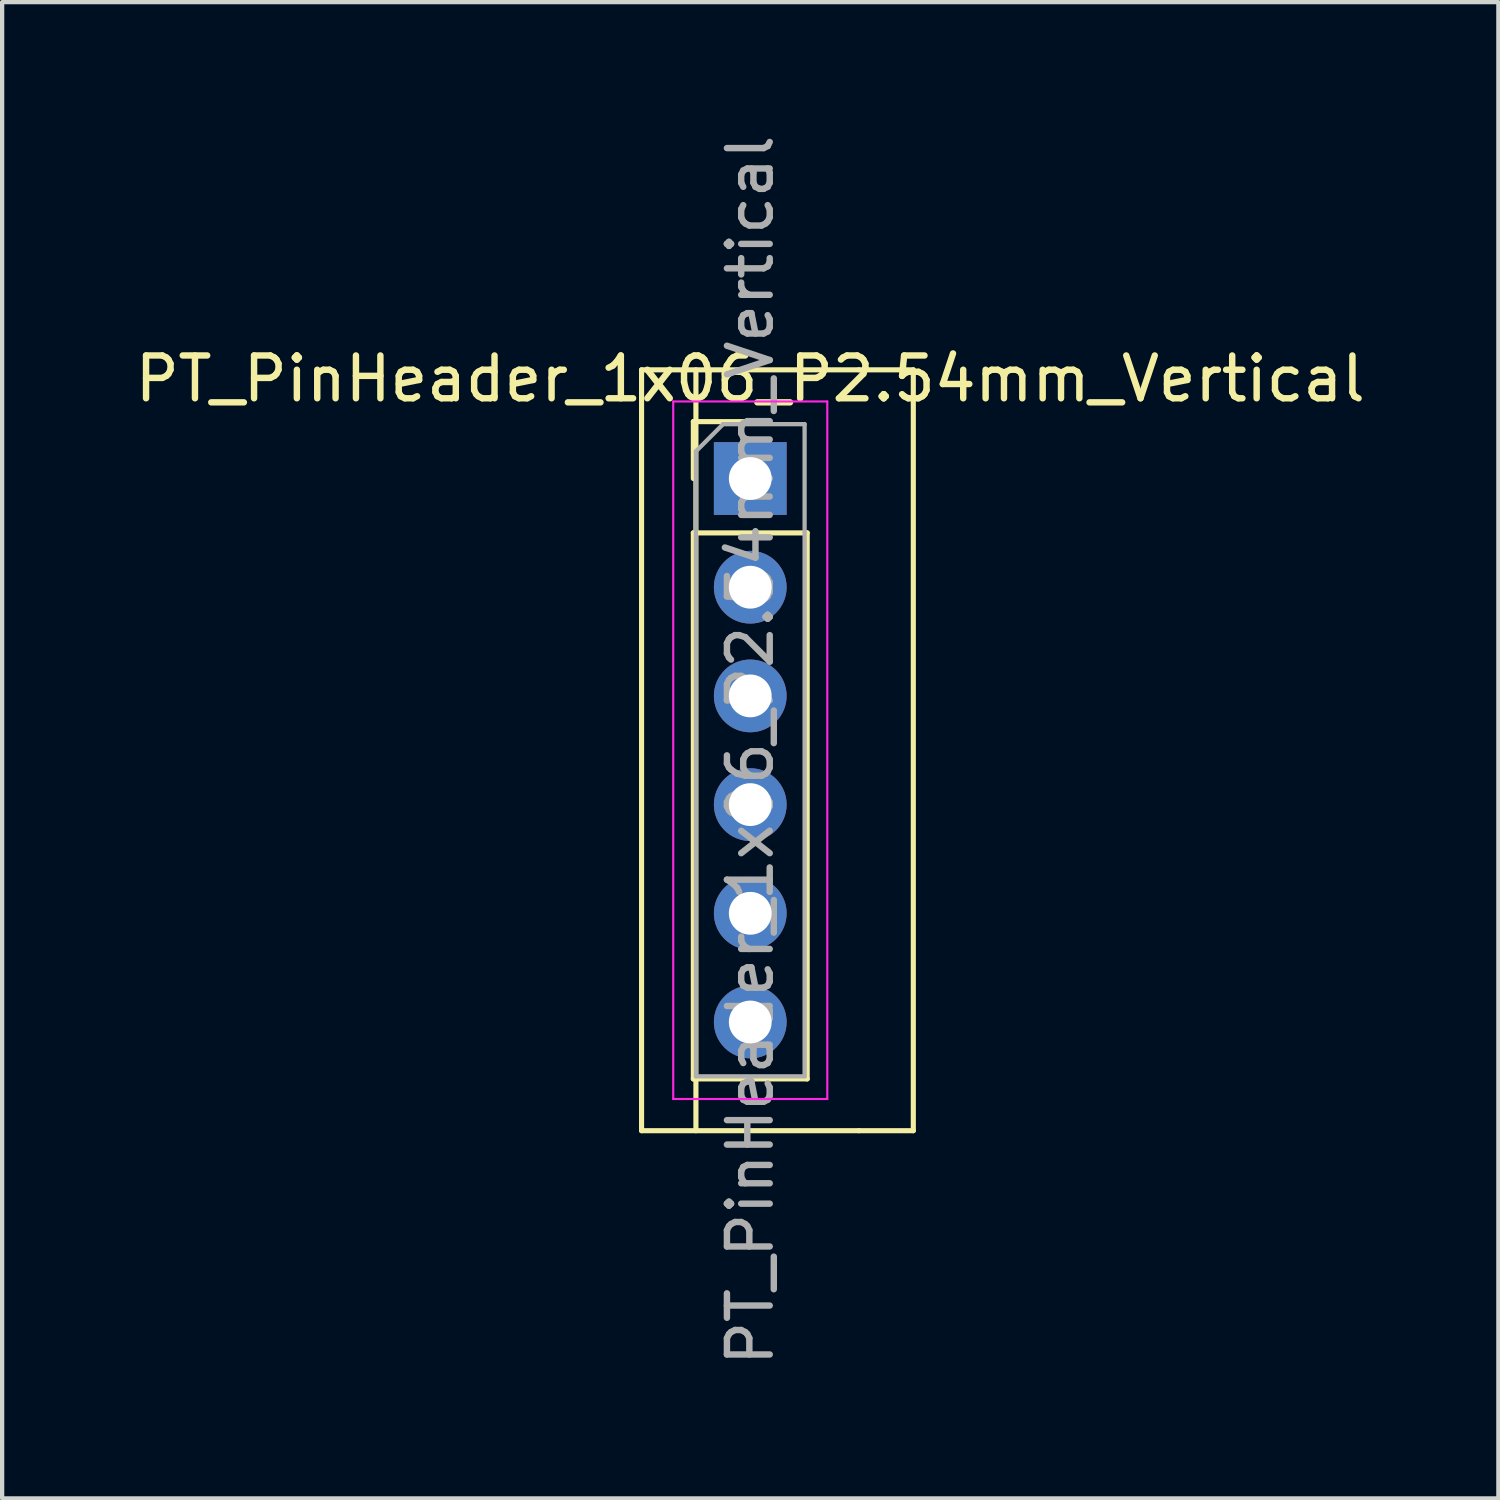
<source format=kicad_pcb>
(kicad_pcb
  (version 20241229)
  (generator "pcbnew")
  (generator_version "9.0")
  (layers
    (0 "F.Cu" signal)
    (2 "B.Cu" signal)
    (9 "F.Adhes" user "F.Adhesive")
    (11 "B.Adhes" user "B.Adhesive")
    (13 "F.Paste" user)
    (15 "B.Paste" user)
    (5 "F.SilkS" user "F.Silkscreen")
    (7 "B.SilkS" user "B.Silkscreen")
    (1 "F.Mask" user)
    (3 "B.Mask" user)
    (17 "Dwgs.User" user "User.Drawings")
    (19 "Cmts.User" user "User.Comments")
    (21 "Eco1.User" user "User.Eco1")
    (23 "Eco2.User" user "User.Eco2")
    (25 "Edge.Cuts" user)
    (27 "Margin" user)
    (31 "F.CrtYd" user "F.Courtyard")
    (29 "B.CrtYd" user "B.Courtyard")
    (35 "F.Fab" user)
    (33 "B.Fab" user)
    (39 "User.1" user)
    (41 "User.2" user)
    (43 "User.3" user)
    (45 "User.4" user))
  (footprint "PT_PinHeader_1x06_P2.54mm_Vertical"
    (layer "F.Cu")
    (at 14.482 8.132)
    (property "Reference" "PT_PinHeader_1x06_P2.54mm_Vertical" (at 0 -2.33 0) (layer "F.SilkS") (effects (font (size 1 1) (thickness 0.15))))
    (attr through_hole)
    (fp_line (start -2.54 -2.54) (end -2.54 15.24) (stroke (width 0.12) (type solid)) (layer "F.SilkS"))
    (fp_line (start -2.54 15.24) (end 2.54 15.24) (stroke (width 0.12) (type solid)) (layer "F.SilkS"))
    (fp_line (start -1.33 -1.33) (end 0 -1.33) (stroke (width 0.12) (type solid)) (layer "F.SilkS"))
    (fp_line (start -1.33 0) (end -1.33 -1.33) (stroke (width 0.12) (type solid)) (layer "F.SilkS"))
    (fp_line (start -1.33 1.27) (end -1.33 14.03) (stroke (width 0.12) (type solid)) (layer "F.SilkS"))
    (fp_line (start -1.33 1.27) (end 1.33 1.27) (stroke (width 0.12) (type solid)) (layer "F.SilkS"))
    (fp_line (start -1.33 14.03) (end 1.33 14.03) (stroke (width 0.12) (type solid)) (layer "F.SilkS"))
    (fp_line (start -1.27 -2.54) (end -1.27 15.24) (stroke (width 0.12) (type solid)) (layer "F.SilkS"))
    (fp_line (start 1.33 1.27) (end 1.33 14.03) (stroke (width 0.12) (type solid)) (layer "F.SilkS"))
    (fp_line (start 2.54 -2.54) (end -2.54 -2.54) (stroke (width 0.12) (type solid)) (layer "F.SilkS"))
    (fp_line (start 2.54 -2.54) (end 3.81 -2.54) (stroke (width 0.12) (type solid)) (layer "F.SilkS"))
    (fp_line (start 3.81 -2.54) (end 3.81 15.24) (stroke (width 0.12) (type solid)) (layer "F.SilkS"))
    (fp_line (start 3.81 15.24) (end 2.54 15.24) (stroke (width 0.12) (type solid)) (layer "F.SilkS"))
    (fp_line (start -1.8 -1.8) (end -1.8 14.5) (stroke (width 0.05) (type solid)) (layer "F.CrtYd"))
    (fp_line (start -1.8 14.5) (end 1.8 14.5) (stroke (width 0.05) (type solid)) (layer "F.CrtYd"))
    (fp_line (start 1.8 -1.8) (end -1.8 -1.8) (stroke (width 0.05) (type solid)) (layer "F.CrtYd"))
    (fp_line (start 1.8 14.5) (end 1.8 -1.8) (stroke (width 0.05) (type solid)) (layer "F.CrtYd"))
    (fp_line (start -1.27 -0.635) (end -0.635 -1.27) (stroke (width 0.1) (type solid)) (layer "F.Fab"))
    (fp_line (start -1.27 13.97) (end -1.27 -0.635) (stroke (width 0.1) (type solid)) (layer "F.Fab"))
    (fp_line (start -0.635 -1.27) (end 1.27 -1.27) (stroke (width 0.1) (type solid)) (layer "F.Fab"))
    (fp_line (start 1.27 -1.27) (end 1.27 13.97) (stroke (width 0.1) (type solid)) (layer "F.Fab"))
    (fp_line (start 1.27 13.97) (end -1.27 13.97) (stroke (width 0.1) (type solid)) (layer "F.Fab"))
    (fp_text user "${REFERENCE}" (at 0 6.35 270) (layer "F.Fab") (effects (font (size 1 1) (thickness 0.15))))
    (pad "1" thru_hole rect (at 0 0) (size 1.7 1.7) (drill 1) (layers "*.Cu" "*.Mask"))
    (pad "2" thru_hole oval (at 0 2.54) (size 1.7 1.7) (drill 1) (layers "*.Cu" "*.Mask"))
    (pad "3" thru_hole oval (at 0 5.08) (size 1.7 1.7) (drill 1) (layers "*.Cu" "*.Mask"))
    (pad "4" thru_hole oval (at 0 7.62) (size 1.7 1.7) (drill 1) (layers "*.Cu" "*.Mask"))
    (pad "5" thru_hole oval (at 0 10.16) (size 1.7 1.7) (drill 1) (layers "*.Cu" "*.Mask"))
    (pad "6" thru_hole oval (at 0 12.7) (size 1.7 1.7) (drill 1) (layers "*.Cu" "*.Mask")))
  (gr_rect
    (start -3 -3)
    (end 31.964 31.964)
    (stroke (width 0.1) (type default))
    (fill no)
    (layer "Edge.Cuts")))
</source>
